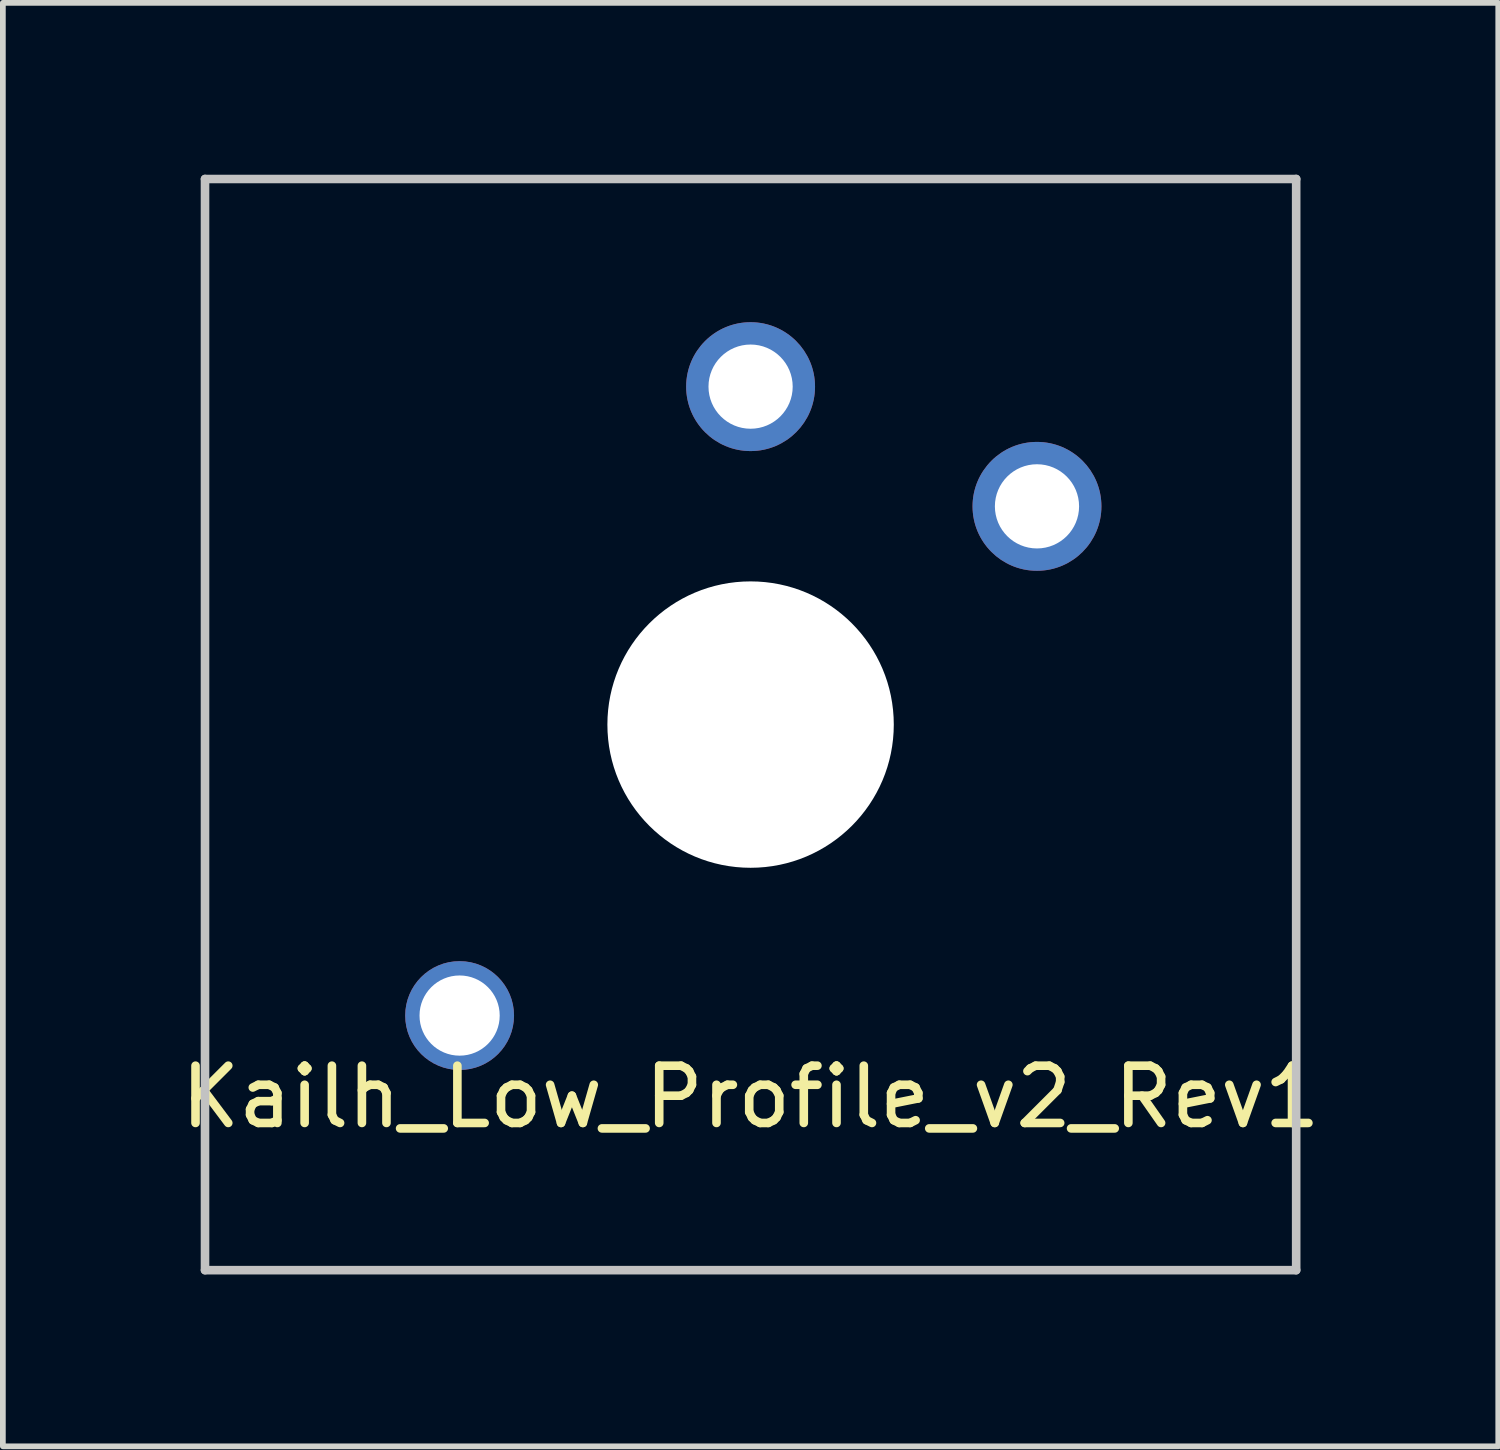
<source format=kicad_pcb>
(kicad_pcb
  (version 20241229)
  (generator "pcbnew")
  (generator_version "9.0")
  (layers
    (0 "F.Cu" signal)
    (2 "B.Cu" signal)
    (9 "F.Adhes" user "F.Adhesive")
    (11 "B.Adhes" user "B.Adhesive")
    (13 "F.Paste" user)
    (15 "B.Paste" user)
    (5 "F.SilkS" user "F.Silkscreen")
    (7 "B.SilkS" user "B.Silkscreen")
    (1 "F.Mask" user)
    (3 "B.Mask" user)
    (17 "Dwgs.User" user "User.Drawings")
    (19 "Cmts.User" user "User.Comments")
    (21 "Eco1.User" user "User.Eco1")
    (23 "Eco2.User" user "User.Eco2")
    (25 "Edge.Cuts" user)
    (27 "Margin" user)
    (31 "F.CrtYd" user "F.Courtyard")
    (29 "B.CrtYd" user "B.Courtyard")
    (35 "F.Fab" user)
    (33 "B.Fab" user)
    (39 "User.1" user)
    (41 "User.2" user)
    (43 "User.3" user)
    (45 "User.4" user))
  (footprint "Kailh_Low_Profile_v2_Rev1"
    (layer "F.Cu")
    (at 10.054 9.6)
    (property "Reference" "Kailh_Low_Profile_v2_Rev1" (at 0 6.5 0) (layer "F.SilkS") (effects (font (size 1 1) (thickness 0.15))))
    (attr through_hole)
    (fp_line (start -9.525 -9.525) (end 9.525 -9.525) (stroke (width 0.15) (type solid)) (layer "Dwgs.User"))
    (fp_line (start -9.525 9.525) (end -9.525 -9.525) (stroke (width 0.15) (type solid)) (layer "Dwgs.User"))
    (fp_line (start 9.525 -9.525) (end 9.525 9.525) (stroke (width 0.15) (type solid)) (layer "Dwgs.User"))
    (fp_line (start 9.525 9.525) (end -9.525 9.525) (stroke (width 0.15) (type solid)) (layer "Dwgs.User"))
    (pad "" np_thru_hole circle (at 0 0) (size 5 5) (drill 5) (layers "*.Cu" "*.Mask"))
    (pad "1" thru_hole circle (at 0 -5.9) (size 2.25 2.25) (drill 1.47) (layers "*.Cu" "B.Mask"))
    (pad "2" thru_hole circle (at 5 -3.81 180) (size 2.25 2.25) (drill 1.47) (layers "*.Cu" "B.Mask"))
    (pad "e" thru_hole circle (at -5.08 5.08 180) (size 1.9 1.9) (drill 1.4) (layers "*.Cu" "B.Mask")))
  (gr_rect
    (start -3 -3)
    (end 23.107 22.2)
    (stroke (width 0.1) (type default))
    (fill no)
    (layer "Edge.Cuts")))
</source>
